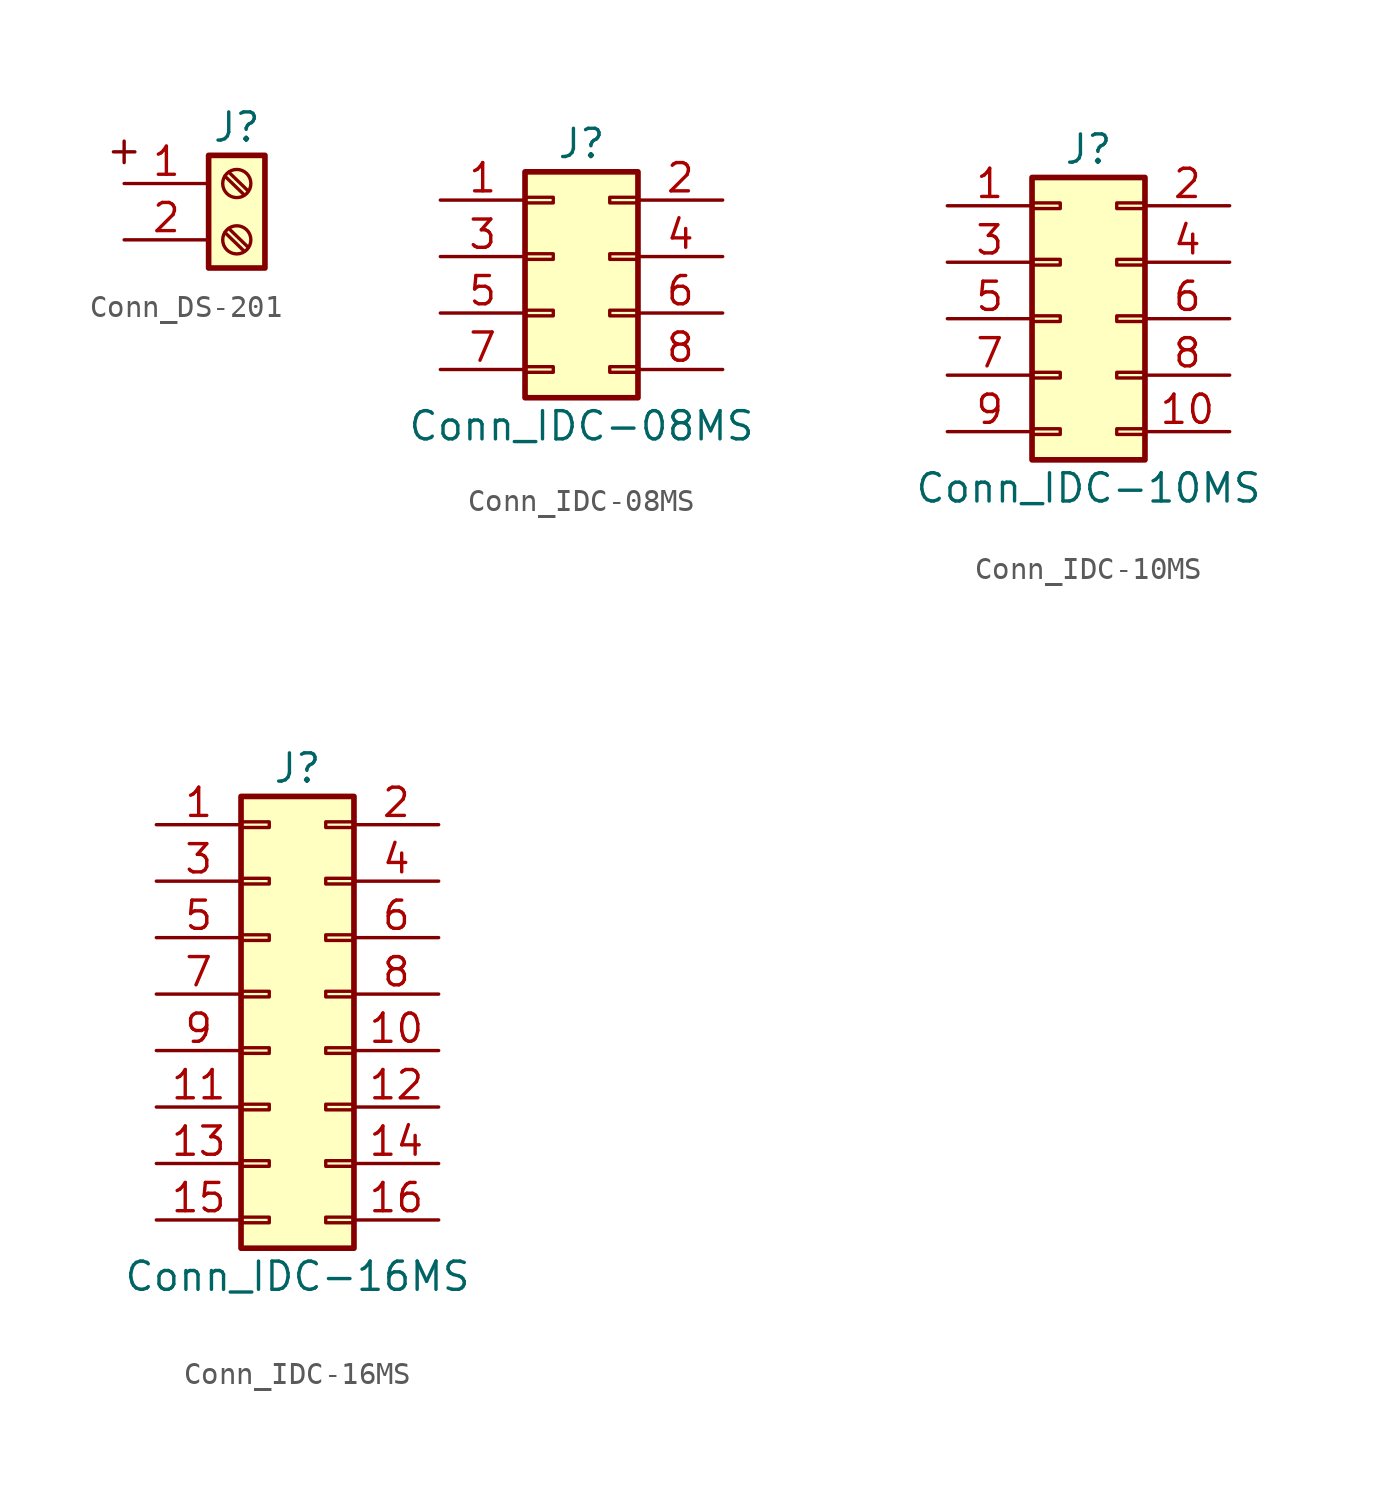
<source format=kicad_sym>
(kicad_symbol_lib
  (version 20220914)
  (generator kicad_symbol_editor)
  (symbol "Conn_DS-201"
    (pin_names
      (offset 1.016) hide)
    (property "Reference" "J"
      (at 0 5.08 0)
      (effects (font (size 1.27 1.27))))
    (symbol "Conn_DS-201_0_0"
      (text "+" (at -5.08 4.064 0) (effects (font (size 1.27 1.27)))))
    (symbol "Conn_DS-201_1_1"
      (rectangle (start -1.27 3.81) (end 1.27 -1.27) (stroke (width 0.254) (type default)) (fill (type background)))
      (polyline (pts (xy -0.533 0.33) (xy 0.33 -0.508)) (stroke (width 0.152) (type default)) (fill (type none)))
      (polyline (pts (xy -0.533 2.87) (xy 0.33 2.032)) (stroke (width 0.152) (type default)) (fill (type none)))
      (polyline (pts (xy -0.356 0.508) (xy 0.508 -0.33)) (stroke (width 0.152) (type default)) (fill (type none)))
      (polyline (pts (xy -0.356 3.048) (xy 0.508 2.21)) (stroke (width 0.152) (type default)) (fill (type none)))
      (circle (center 0 0) (radius 0.635) (stroke (width 0.152) (type default)) (fill (type none)))
      (circle (center 0 2.54) (radius 0.635) (stroke (width 0.152) (type default)) (fill (type none)))
      (pin passive line (at -5.08 2.54 0) (length 3.81) (name "Pin_1" (effects (font (size 1.27 1.27)))) (number "1" (effects (font (size 1.27 1.27)))))
      (pin passive line (at -5.08 0 0) (length 3.81) (name "Pin_2" (effects (font (size 1.27 1.27)))) (number "2" (effects (font (size 1.27 1.27)))))))
  (symbol "Conn_IDC-08MS"
    (pin_names
      (offset 1.016) hide)
    (property "Reference" "J"
      (at 1.27 5.08 0)
      (effects (font (size 1.27 1.27))))
    (property "Value" "Conn_IDC-08MS"
      (at 1.27 -7.62 0)
      (effects (font (size 1.27 1.27))))
    (symbol "Conn_IDC-08MS_1_1"
      (rectangle (start -1.27 -4.953) (end 0 -5.207) (stroke (width 0.152) (type default)) (fill (type none)))
      (rectangle (start -1.27 -2.413) (end 0 -2.667) (stroke (width 0.152) (type default)) (fill (type none)))
      (rectangle (start -1.27 0.127) (end 0 -0.127) (stroke (width 0.152) (type default)) (fill (type none)))
      (rectangle (start -1.27 2.667) (end 0 2.413) (stroke (width 0.152) (type default)) (fill (type none)))
      (rectangle (start -1.27 3.81) (end 3.81 -6.35) (stroke (width 0.254) (type default)) (fill (type background)))
      (rectangle (start 3.81 -4.953) (end 2.54 -5.207) (stroke (width 0.152) (type default)) (fill (type none)))
      (rectangle (start 3.81 -2.413) (end 2.54 -2.667) (stroke (width 0.152) (type default)) (fill (type none)))
      (rectangle (start 3.81 0.127) (end 2.54 -0.127) (stroke (width 0.152) (type default)) (fill (type none)))
      (rectangle (start 3.81 2.667) (end 2.54 2.413) (stroke (width 0.152) (type default)) (fill (type none)))
      (pin passive line (at -5.08 2.54 0) (length 3.81) (name "Pin_1" (effects (font (size 1.27 1.27)))) (number "1" (effects (font (size 1.27 1.27)))))
      (pin passive line (at 7.62 2.54 180) (length 3.81) (name "Pin_2" (effects (font (size 1.27 1.27)))) (number "2" (effects (font (size 1.27 1.27)))))
      (pin passive line (at -5.08 0 0) (length 3.81) (name "Pin_3" (effects (font (size 1.27 1.27)))) (number "3" (effects (font (size 1.27 1.27)))))
      (pin passive line (at 7.62 0 180) (length 3.81) (name "Pin_4" (effects (font (size 1.27 1.27)))) (number "4" (effects (font (size 1.27 1.27)))))
      (pin passive line (at -5.08 -2.54 0) (length 3.81) (name "Pin_5" (effects (font (size 1.27 1.27)))) (number "5" (effects (font (size 1.27 1.27)))))
      (pin passive line (at 7.62 -2.54 180) (length 3.81) (name "Pin_6" (effects (font (size 1.27 1.27)))) (number "6" (effects (font (size 1.27 1.27)))))
      (pin passive line (at -5.08 -5.08 0) (length 3.81) (name "Pin_7" (effects (font (size 1.27 1.27)))) (number "7" (effects (font (size 1.27 1.27)))))
      (pin passive line (at 7.62 -5.08 180) (length 3.81) (name "Pin_8" (effects (font (size 1.27 1.27)))) (number "8" (effects (font (size 1.27 1.27)))))))
  (symbol "Conn_IDC-10MS"
    (pin_names
      (offset 1.016) hide)
    (property "Reference" "J"
      (at 1.27 7.62 0)
      (effects (font (size 1.27 1.27))))
    (property "Value" "Conn_IDC-10MS"
      (at 1.27 -7.62 0)
      (effects (font (size 1.27 1.27))))
    (symbol "Conn_IDC-10MS_1_1"
      (rectangle (start -1.27 -4.953) (end 0 -5.207) (stroke (width 0.152) (type default)) (fill (type none)))
      (rectangle (start -1.27 -2.413) (end 0 -2.667) (stroke (width 0.152) (type default)) (fill (type none)))
      (rectangle (start -1.27 0.127) (end 0 -0.127) (stroke (width 0.152) (type default)) (fill (type none)))
      (rectangle (start -1.27 2.667) (end 0 2.413) (stroke (width 0.152) (type default)) (fill (type none)))
      (rectangle (start -1.27 5.207) (end 0 4.953) (stroke (width 0.152) (type default)) (fill (type none)))
      (rectangle (start -1.27 6.35) (end 3.81 -6.35) (stroke (width 0.254) (type default)) (fill (type background)))
      (rectangle (start 3.81 -4.953) (end 2.54 -5.207) (stroke (width 0.152) (type default)) (fill (type none)))
      (rectangle (start 3.81 -2.413) (end 2.54 -2.667) (stroke (width 0.152) (type default)) (fill (type none)))
      (rectangle (start 3.81 0.127) (end 2.54 -0.127) (stroke (width 0.152) (type default)) (fill (type none)))
      (rectangle (start 3.81 2.667) (end 2.54 2.413) (stroke (width 0.152) (type default)) (fill (type none)))
      (rectangle (start 3.81 5.207) (end 2.54 4.953) (stroke (width 0.152) (type default)) (fill (type none)))
      (pin passive line (at -5.08 5.08 0) (length 3.81) (name "Pin_1" (effects (font (size 1.27 1.27)))) (number "1" (effects (font (size 1.27 1.27)))))
      (pin passive line (at 7.62 -5.08 180) (length 3.81) (name "Pin_10" (effects (font (size 1.27 1.27)))) (number "10" (effects (font (size 1.27 1.27)))))
      (pin passive line (at 7.62 5.08 180) (length 3.81) (name "Pin_2" (effects (font (size 1.27 1.27)))) (number "2" (effects (font (size 1.27 1.27)))))
      (pin passive line (at -5.08 2.54 0) (length 3.81) (name "Pin_3" (effects (font (size 1.27 1.27)))) (number "3" (effects (font (size 1.27 1.27)))))
      (pin passive line (at 7.62 2.54 180) (length 3.81) (name "Pin_4" (effects (font (size 1.27 1.27)))) (number "4" (effects (font (size 1.27 1.27)))))
      (pin passive line (at -5.08 0 0) (length 3.81) (name "Pin_5" (effects (font (size 1.27 1.27)))) (number "5" (effects (font (size 1.27 1.27)))))
      (pin passive line (at 7.62 0 180) (length 3.81) (name "Pin_6" (effects (font (size 1.27 1.27)))) (number "6" (effects (font (size 1.27 1.27)))))
      (pin passive line (at -5.08 -2.54 0) (length 3.81) (name "Pin_7" (effects (font (size 1.27 1.27)))) (number "7" (effects (font (size 1.27 1.27)))))
      (pin passive line (at 7.62 -2.54 180) (length 3.81) (name "Pin_8" (effects (font (size 1.27 1.27)))) (number "8" (effects (font (size 1.27 1.27)))))
      (pin passive line (at -5.08 -5.08 0) (length 3.81) (name "Pin_9" (effects (font (size 1.27 1.27)))) (number "9" (effects (font (size 1.27 1.27)))))))
  (symbol "Conn_IDC-16MS"
    (pin_names
      (offset 1.016) hide)
    (property "Reference" "J"
      (at 1.27 10.16 0)
      (effects (font (size 1.27 1.27))))
    (property "Value" "Conn_IDC-16MS"
      (at 1.27 -12.7 0)
      (effects (font (size 1.27 1.27))))
    (symbol "Conn_IDC-16MS_1_1"
      (rectangle (start -1.27 -10.033) (end 0 -10.287) (stroke (width 0.152) (type default)) (fill (type none)))
      (rectangle (start -1.27 -7.493) (end 0 -7.747) (stroke (width 0.152) (type default)) (fill (type none)))
      (rectangle (start -1.27 -4.953) (end 0 -5.207) (stroke (width 0.152) (type default)) (fill (type none)))
      (rectangle (start -1.27 -2.413) (end 0 -2.667) (stroke (width 0.152) (type default)) (fill (type none)))
      (rectangle (start -1.27 0.127) (end 0 -0.127) (stroke (width 0.152) (type default)) (fill (type none)))
      (rectangle (start -1.27 2.667) (end 0 2.413) (stroke (width 0.152) (type default)) (fill (type none)))
      (rectangle (start -1.27 5.207) (end 0 4.953) (stroke (width 0.152) (type default)) (fill (type none)))
      (rectangle (start -1.27 7.747) (end 0 7.493) (stroke (width 0.152) (type default)) (fill (type none)))
      (rectangle (start -1.27 8.89) (end 3.81 -11.43) (stroke (width 0.254) (type default)) (fill (type background)))
      (rectangle (start 3.81 -10.033) (end 2.54 -10.287) (stroke (width 0.152) (type default)) (fill (type none)))
      (rectangle (start 3.81 -7.493) (end 2.54 -7.747) (stroke (width 0.152) (type default)) (fill (type none)))
      (rectangle (start 3.81 -4.953) (end 2.54 -5.207) (stroke (width 0.152) (type default)) (fill (type none)))
      (rectangle (start 3.81 -2.413) (end 2.54 -2.667) (stroke (width 0.152) (type default)) (fill (type none)))
      (rectangle (start 3.81 0.127) (end 2.54 -0.127) (stroke (width 0.152) (type default)) (fill (type none)))
      (rectangle (start 3.81 2.667) (end 2.54 2.413) (stroke (width 0.152) (type default)) (fill (type none)))
      (rectangle (start 3.81 5.207) (end 2.54 4.953) (stroke (width 0.152) (type default)) (fill (type none)))
      (rectangle (start 3.81 7.747) (end 2.54 7.493) (stroke (width 0.152) (type default)) (fill (type none)))
      (pin passive line (at -5.08 7.62 0) (length 3.81) (name "Pin_1" (effects (font (size 1.27 1.27)))) (number "1" (effects (font (size 1.27 1.27)))))
      (pin passive line (at 7.62 -2.54 180) (length 3.81) (name "Pin_10" (effects (font (size 1.27 1.27)))) (number "10" (effects (font (size 1.27 1.27)))))
      (pin passive line (at -5.08 -5.08 0) (length 3.81) (name "Pin_11" (effects (font (size 1.27 1.27)))) (number "11" (effects (font (size 1.27 1.27)))))
      (pin passive line (at 7.62 -5.08 180) (length 3.81) (name "Pin_12" (effects (font (size 1.27 1.27)))) (number "12" (effects (font (size 1.27 1.27)))))
      (pin passive line (at -5.08 -7.62 0) (length 3.81) (name "Pin_13" (effects (font (size 1.27 1.27)))) (number "13" (effects (font (size 1.27 1.27)))))
      (pin passive line (at 7.62 -7.62 180) (length 3.81) (name "Pin_14" (effects (font (size 1.27 1.27)))) (number "14" (effects (font (size 1.27 1.27)))))
      (pin passive line (at -5.08 -10.16 0) (length 3.81) (name "Pin_15" (effects (font (size 1.27 1.27)))) (number "15" (effects (font (size 1.27 1.27)))))
      (pin passive line (at 7.62 -10.16 180) (length 3.81) (name "Pin_16" (effects (font (size 1.27 1.27)))) (number "16" (effects (font (size 1.27 1.27)))))
      (pin passive line (at 7.62 7.62 180) (length 3.81) (name "Pin_2" (effects (font (size 1.27 1.27)))) (number "2" (effects (font (size 1.27 1.27)))))
      (pin passive line (at -5.08 5.08 0) (length 3.81) (name "Pin_3" (effects (font (size 1.27 1.27)))) (number "3" (effects (font (size 1.27 1.27)))))
      (pin passive line (at 7.62 5.08 180) (length 3.81) (name "Pin_4" (effects (font (size 1.27 1.27)))) (number "4" (effects (font (size 1.27 1.27)))))
      (pin passive line (at -5.08 2.54 0) (length 3.81) (name "Pin_5" (effects (font (size 1.27 1.27)))) (number "5" (effects (font (size 1.27 1.27)))))
      (pin passive line (at 7.62 2.54 180) (length 3.81) (name "Pin_6" (effects (font (size 1.27 1.27)))) (number "6" (effects (font (size 1.27 1.27)))))
      (pin passive line (at -5.08 0 0) (length 3.81) (name "Pin_7" (effects (font (size 1.27 1.27)))) (number "7" (effects (font (size 1.27 1.27)))))
      (pin passive line (at 7.62 0 180) (length 3.81) (name "Pin_8" (effects (font (size 1.27 1.27)))) (number "8" (effects (font (size 1.27 1.27)))))
      (pin passive line (at -5.08 -2.54 0) (length 3.81) (name "Pin_9" (effects (font (size 1.27 1.27)))) (number "9" (effects (font (size 1.27 1.27))))))))
</source>
